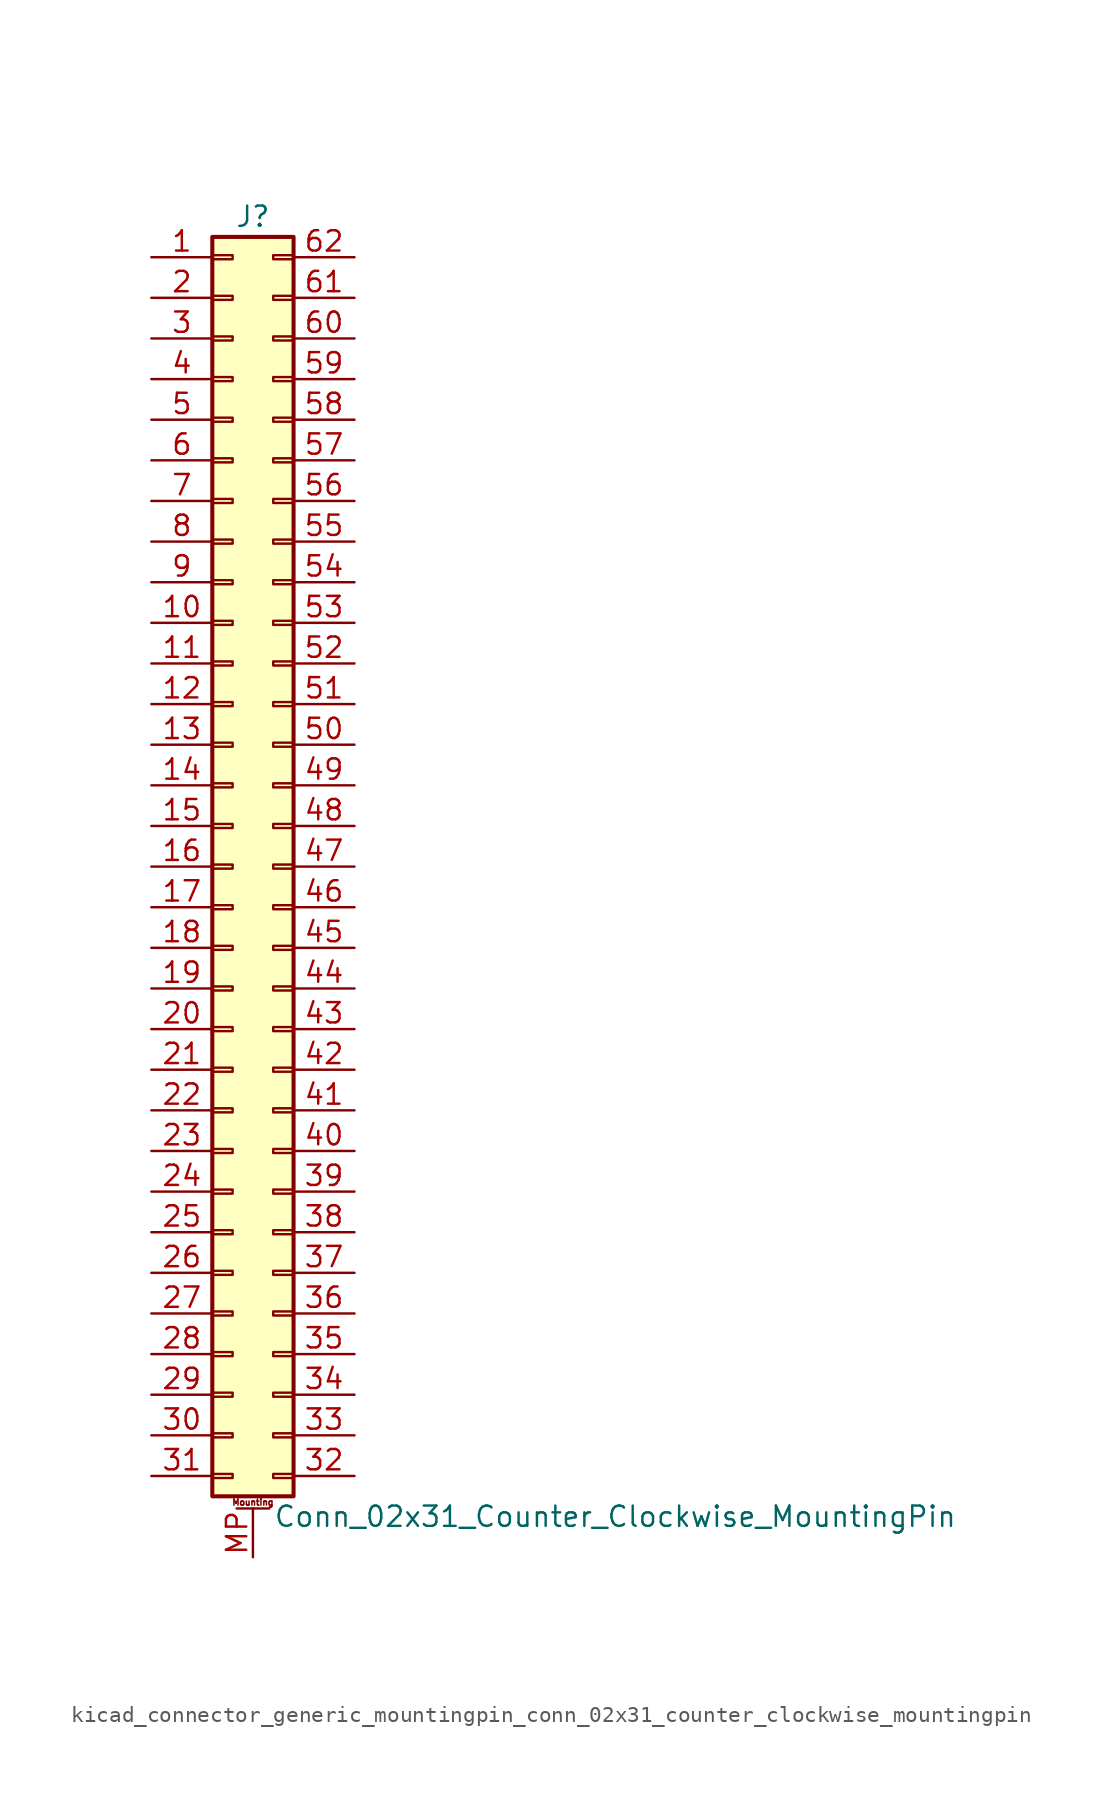
<source format=kicad_sym>
(kicad_symbol_lib
  (version 20220914)
  (generator kicad_symbol_editor)
  (symbol "kicad_connector_generic_mountingpin_conn_02x31_counter_clockwise_mountingpin"
    (pin_names
      (offset 1.016) hide)
    (property "Reference" "J"
      (at 1.27 40.64 0)
      (effects (font (size 1.27 1.27))))
    (property "Value" "Conn_02x31_Counter_Clockwise_MountingPin"
      (at 2.54 -40.64 0)
      (effects (font (size 1.27 1.27)) (justify left)))
    (symbol "kicad_connector_generic_mountingpin_conn_02x31_counter_clockwise_mountingpin_1_1"
      (rectangle (start -1.27 -37.973) (end 0 -38.227) (stroke (width 0.152) (type default)) (fill (type none)))
      (rectangle (start -1.27 -35.433) (end 0 -35.687) (stroke (width 0.152) (type default)) (fill (type none)))
      (rectangle (start -1.27 -32.893) (end 0 -33.147) (stroke (width 0.152) (type default)) (fill (type none)))
      (rectangle (start -1.27 -30.353) (end 0 -30.607) (stroke (width 0.152) (type default)) (fill (type none)))
      (rectangle (start -1.27 -27.813) (end 0 -28.067) (stroke (width 0.152) (type default)) (fill (type none)))
      (rectangle (start -1.27 -25.273) (end 0 -25.527) (stroke (width 0.152) (type default)) (fill (type none)))
      (rectangle (start -1.27 -22.733) (end 0 -22.987) (stroke (width 0.152) (type default)) (fill (type none)))
      (rectangle (start -1.27 -20.193) (end 0 -20.447) (stroke (width 0.152) (type default)) (fill (type none)))
      (rectangle (start -1.27 -17.653) (end 0 -17.907) (stroke (width 0.152) (type default)) (fill (type none)))
      (rectangle (start -1.27 -15.113) (end 0 -15.367) (stroke (width 0.152) (type default)) (fill (type none)))
      (rectangle (start -1.27 -12.573) (end 0 -12.827) (stroke (width 0.152) (type default)) (fill (type none)))
      (rectangle (start -1.27 -10.033) (end 0 -10.287) (stroke (width 0.152) (type default)) (fill (type none)))
      (rectangle (start -1.27 -7.493) (end 0 -7.747) (stroke (width 0.152) (type default)) (fill (type none)))
      (rectangle (start -1.27 -4.953) (end 0 -5.207) (stroke (width 0.152) (type default)) (fill (type none)))
      (rectangle (start -1.27 -2.413) (end 0 -2.667) (stroke (width 0.152) (type default)) (fill (type none)))
      (rectangle (start -1.27 0.127) (end 0 -0.127) (stroke (width 0.152) (type default)) (fill (type none)))
      (rectangle (start -1.27 2.667) (end 0 2.413) (stroke (width 0.152) (type default)) (fill (type none)))
      (rectangle (start -1.27 5.207) (end 0 4.953) (stroke (width 0.152) (type default)) (fill (type none)))
      (rectangle (start -1.27 7.747) (end 0 7.493) (stroke (width 0.152) (type default)) (fill (type none)))
      (rectangle (start -1.27 10.287) (end 0 10.033) (stroke (width 0.152) (type default)) (fill (type none)))
      (rectangle (start -1.27 12.827) (end 0 12.573) (stroke (width 0.152) (type default)) (fill (type none)))
      (rectangle (start -1.27 15.367) (end 0 15.113) (stroke (width 0.152) (type default)) (fill (type none)))
      (rectangle (start -1.27 17.907) (end 0 17.653) (stroke (width 0.152) (type default)) (fill (type none)))
      (rectangle (start -1.27 20.447) (end 0 20.193) (stroke (width 0.152) (type default)) (fill (type none)))
      (rectangle (start -1.27 22.987) (end 0 22.733) (stroke (width 0.152) (type default)) (fill (type none)))
      (rectangle (start -1.27 25.527) (end 0 25.273) (stroke (width 0.152) (type default)) (fill (type none)))
      (rectangle (start -1.27 28.067) (end 0 27.813) (stroke (width 0.152) (type default)) (fill (type none)))
      (rectangle (start -1.27 30.607) (end 0 30.353) (stroke (width 0.152) (type default)) (fill (type none)))
      (rectangle (start -1.27 33.147) (end 0 32.893) (stroke (width 0.152) (type default)) (fill (type none)))
      (rectangle (start -1.27 35.687) (end 0 35.433) (stroke (width 0.152) (type default)) (fill (type none)))
      (rectangle (start -1.27 38.227) (end 0 37.973) (stroke (width 0.152) (type default)) (fill (type none)))
      (rectangle (start -1.27 39.37) (end 3.81 -39.37) (stroke (width 0.254) (type default)) (fill (type background)))
      (polyline (pts (xy 0.254 -40.132) (xy 2.286 -40.132)) (stroke (width 0.152) (type default)) (fill (type none)))
      (rectangle (start 3.81 -37.973) (end 2.54 -38.227) (stroke (width 0.152) (type default)) (fill (type none)))
      (rectangle (start 3.81 -35.433) (end 2.54 -35.687) (stroke (width 0.152) (type default)) (fill (type none)))
      (rectangle (start 3.81 -32.893) (end 2.54 -33.147) (stroke (width 0.152) (type default)) (fill (type none)))
      (rectangle (start 3.81 -30.353) (end 2.54 -30.607) (stroke (width 0.152) (type default)) (fill (type none)))
      (rectangle (start 3.81 -27.813) (end 2.54 -28.067) (stroke (width 0.152) (type default)) (fill (type none)))
      (rectangle (start 3.81 -25.273) (end 2.54 -25.527) (stroke (width 0.152) (type default)) (fill (type none)))
      (rectangle (start 3.81 -22.733) (end 2.54 -22.987) (stroke (width 0.152) (type default)) (fill (type none)))
      (rectangle (start 3.81 -20.193) (end 2.54 -20.447) (stroke (width 0.152) (type default)) (fill (type none)))
      (rectangle (start 3.81 -17.653) (end 2.54 -17.907) (stroke (width 0.152) (type default)) (fill (type none)))
      (rectangle (start 3.81 -15.113) (end 2.54 -15.367) (stroke (width 0.152) (type default)) (fill (type none)))
      (rectangle (start 3.81 -12.573) (end 2.54 -12.827) (stroke (width 0.152) (type default)) (fill (type none)))
      (rectangle (start 3.81 -10.033) (end 2.54 -10.287) (stroke (width 0.152) (type default)) (fill (type none)))
      (rectangle (start 3.81 -7.493) (end 2.54 -7.747) (stroke (width 0.152) (type default)) (fill (type none)))
      (rectangle (start 3.81 -4.953) (end 2.54 -5.207) (stroke (width 0.152) (type default)) (fill (type none)))
      (rectangle (start 3.81 -2.413) (end 2.54 -2.667) (stroke (width 0.152) (type default)) (fill (type none)))
      (rectangle (start 3.81 0.127) (end 2.54 -0.127) (stroke (width 0.152) (type default)) (fill (type none)))
      (rectangle (start 3.81 2.667) (end 2.54 2.413) (stroke (width 0.152) (type default)) (fill (type none)))
      (rectangle (start 3.81 5.207) (end 2.54 4.953) (stroke (width 0.152) (type default)) (fill (type none)))
      (rectangle (start 3.81 7.747) (end 2.54 7.493) (stroke (width 0.152) (type default)) (fill (type none)))
      (rectangle (start 3.81 10.287) (end 2.54 10.033) (stroke (width 0.152) (type default)) (fill (type none)))
      (rectangle (start 3.81 12.827) (end 2.54 12.573) (stroke (width 0.152) (type default)) (fill (type none)))
      (rectangle (start 3.81 15.367) (end 2.54 15.113) (stroke (width 0.152) (type default)) (fill (type none)))
      (rectangle (start 3.81 17.907) (end 2.54 17.653) (stroke (width 0.152) (type default)) (fill (type none)))
      (rectangle (start 3.81 20.447) (end 2.54 20.193) (stroke (width 0.152) (type default)) (fill (type none)))
      (rectangle (start 3.81 22.987) (end 2.54 22.733) (stroke (width 0.152) (type default)) (fill (type none)))
      (rectangle (start 3.81 25.527) (end 2.54 25.273) (stroke (width 0.152) (type default)) (fill (type none)))
      (rectangle (start 3.81 28.067) (end 2.54 27.813) (stroke (width 0.152) (type default)) (fill (type none)))
      (rectangle (start 3.81 30.607) (end 2.54 30.353) (stroke (width 0.152) (type default)) (fill (type none)))
      (rectangle (start 3.81 33.147) (end 2.54 32.893) (stroke (width 0.152) (type default)) (fill (type none)))
      (rectangle (start 3.81 35.687) (end 2.54 35.433) (stroke (width 0.152) (type default)) (fill (type none)))
      (rectangle (start 3.81 38.227) (end 2.54 37.973) (stroke (width 0.152) (type default)) (fill (type none)))
      (text "Mounting" (at 1.27 -39.751 0) (effects (font (size 0.381 0.381))))
      (pin passive line (at -5.08 38.1 0) (length 3.81) (name "Pin_1" (effects (font (size 1.27 1.27)))) (number "1" (effects (font (size 1.27 1.27)))))
      (pin passive line (at -5.08 15.24 0) (length 3.81) (name "Pin_10" (effects (font (size 1.27 1.27)))) (number "10" (effects (font (size 1.27 1.27)))))
      (pin passive line (at -5.08 12.7 0) (length 3.81) (name "Pin_11" (effects (font (size 1.27 1.27)))) (number "11" (effects (font (size 1.27 1.27)))))
      (pin passive line (at -5.08 10.16 0) (length 3.81) (name "Pin_12" (effects (font (size 1.27 1.27)))) (number "12" (effects (font (size 1.27 1.27)))))
      (pin passive line (at -5.08 7.62 0) (length 3.81) (name "Pin_13" (effects (font (size 1.27 1.27)))) (number "13" (effects (font (size 1.27 1.27)))))
      (pin passive line (at -5.08 5.08 0) (length 3.81) (name "Pin_14" (effects (font (size 1.27 1.27)))) (number "14" (effects (font (size 1.27 1.27)))))
      (pin passive line (at -5.08 2.54 0) (length 3.81) (name "Pin_15" (effects (font (size 1.27 1.27)))) (number "15" (effects (font (size 1.27 1.27)))))
      (pin passive line (at -5.08 0 0) (length 3.81) (name "Pin_16" (effects (font (size 1.27 1.27)))) (number "16" (effects (font (size 1.27 1.27)))))
      (pin passive line (at -5.08 -2.54 0) (length 3.81) (name "Pin_17" (effects (font (size 1.27 1.27)))) (number "17" (effects (font (size 1.27 1.27)))))
      (pin passive line (at -5.08 -5.08 0) (length 3.81) (name "Pin_18" (effects (font (size 1.27 1.27)))) (number "18" (effects (font (size 1.27 1.27)))))
      (pin passive line (at -5.08 -7.62 0) (length 3.81) (name "Pin_19" (effects (font (size 1.27 1.27)))) (number "19" (effects (font (size 1.27 1.27)))))
      (pin passive line (at -5.08 35.56 0) (length 3.81) (name "Pin_2" (effects (font (size 1.27 1.27)))) (number "2" (effects (font (size 1.27 1.27)))))
      (pin passive line (at -5.08 -10.16 0) (length 3.81) (name "Pin_20" (effects (font (size 1.27 1.27)))) (number "20" (effects (font (size 1.27 1.27)))))
      (pin passive line (at -5.08 -12.7 0) (length 3.81) (name "Pin_21" (effects (font (size 1.27 1.27)))) (number "21" (effects (font (size 1.27 1.27)))))
      (pin passive line (at -5.08 -15.24 0) (length 3.81) (name "Pin_22" (effects (font (size 1.27 1.27)))) (number "22" (effects (font (size 1.27 1.27)))))
      (pin passive line (at -5.08 -17.78 0) (length 3.81) (name "Pin_23" (effects (font (size 1.27 1.27)))) (number "23" (effects (font (size 1.27 1.27)))))
      (pin passive line (at -5.08 -20.32 0) (length 3.81) (name "Pin_24" (effects (font (size 1.27 1.27)))) (number "24" (effects (font (size 1.27 1.27)))))
      (pin passive line (at -5.08 -22.86 0) (length 3.81) (name "Pin_25" (effects (font (size 1.27 1.27)))) (number "25" (effects (font (size 1.27 1.27)))))
      (pin passive line (at -5.08 -25.4 0) (length 3.81) (name "Pin_26" (effects (font (size 1.27 1.27)))) (number "26" (effects (font (size 1.27 1.27)))))
      (pin passive line (at -5.08 -27.94 0) (length 3.81) (name "Pin_27" (effects (font (size 1.27 1.27)))) (number "27" (effects (font (size 1.27 1.27)))))
      (pin passive line (at -5.08 -30.48 0) (length 3.81) (name "Pin_28" (effects (font (size 1.27 1.27)))) (number "28" (effects (font (size 1.27 1.27)))))
      (pin passive line (at -5.08 -33.02 0) (length 3.81) (name "Pin_29" (effects (font (size 1.27 1.27)))) (number "29" (effects (font (size 1.27 1.27)))))
      (pin passive line (at -5.08 33.02 0) (length 3.81) (name "Pin_3" (effects (font (size 1.27 1.27)))) (number "3" (effects (font (size 1.27 1.27)))))
      (pin passive line (at -5.08 -35.56 0) (length 3.81) (name "Pin_30" (effects (font (size 1.27 1.27)))) (number "30" (effects (font (size 1.27 1.27)))))
      (pin passive line (at -5.08 -38.1 0) (length 3.81) (name "Pin_31" (effects (font (size 1.27 1.27)))) (number "31" (effects (font (size 1.27 1.27)))))
      (pin passive line (at 7.62 -38.1 180) (length 3.81) (name "Pin_32" (effects (font (size 1.27 1.27)))) (number "32" (effects (font (size 1.27 1.27)))))
      (pin passive line (at 7.62 -35.56 180) (length 3.81) (name "Pin_33" (effects (font (size 1.27 1.27)))) (number "33" (effects (font (size 1.27 1.27)))))
      (pin passive line (at 7.62 -33.02 180) (length 3.81) (name "Pin_34" (effects (font (size 1.27 1.27)))) (number "34" (effects (font (size 1.27 1.27)))))
      (pin passive line (at 7.62 -30.48 180) (length 3.81) (name "Pin_35" (effects (font (size 1.27 1.27)))) (number "35" (effects (font (size 1.27 1.27)))))
      (pin passive line (at 7.62 -27.94 180) (length 3.81) (name "Pin_36" (effects (font (size 1.27 1.27)))) (number "36" (effects (font (size 1.27 1.27)))))
      (pin passive line (at 7.62 -25.4 180) (length 3.81) (name "Pin_37" (effects (font (size 1.27 1.27)))) (number "37" (effects (font (size 1.27 1.27)))))
      (pin passive line (at 7.62 -22.86 180) (length 3.81) (name "Pin_38" (effects (font (size 1.27 1.27)))) (number "38" (effects (font (size 1.27 1.27)))))
      (pin passive line (at 7.62 -20.32 180) (length 3.81) (name "Pin_39" (effects (font (size 1.27 1.27)))) (number "39" (effects (font (size 1.27 1.27)))))
      (pin passive line (at -5.08 30.48 0) (length 3.81) (name "Pin_4" (effects (font (size 1.27 1.27)))) (number "4" (effects (font (size 1.27 1.27)))))
      (pin passive line (at 7.62 -17.78 180) (length 3.81) (name "Pin_40" (effects (font (size 1.27 1.27)))) (number "40" (effects (font (size 1.27 1.27)))))
      (pin passive line (at 7.62 -15.24 180) (length 3.81) (name "Pin_41" (effects (font (size 1.27 1.27)))) (number "41" (effects (font (size 1.27 1.27)))))
      (pin passive line (at 7.62 -12.7 180) (length 3.81) (name "Pin_42" (effects (font (size 1.27 1.27)))) (number "42" (effects (font (size 1.27 1.27)))))
      (pin passive line (at 7.62 -10.16 180) (length 3.81) (name "Pin_43" (effects (font (size 1.27 1.27)))) (number "43" (effects (font (size 1.27 1.27)))))
      (pin passive line (at 7.62 -7.62 180) (length 3.81) (name "Pin_44" (effects (font (size 1.27 1.27)))) (number "44" (effects (font (size 1.27 1.27)))))
      (pin passive line (at 7.62 -5.08 180) (length 3.81) (name "Pin_45" (effects (font (size 1.27 1.27)))) (number "45" (effects (font (size 1.27 1.27)))))
      (pin passive line (at 7.62 -2.54 180) (length 3.81) (name "Pin_46" (effects (font (size 1.27 1.27)))) (number "46" (effects (font (size 1.27 1.27)))))
      (pin passive line (at 7.62 0 180) (length 3.81) (name "Pin_47" (effects (font (size 1.27 1.27)))) (number "47" (effects (font (size 1.27 1.27)))))
      (pin passive line (at 7.62 2.54 180) (length 3.81) (name "Pin_48" (effects (font (size 1.27 1.27)))) (number "48" (effects (font (size 1.27 1.27)))))
      (pin passive line (at 7.62 5.08 180) (length 3.81) (name "Pin_49" (effects (font (size 1.27 1.27)))) (number "49" (effects (font (size 1.27 1.27)))))
      (pin passive line (at -5.08 27.94 0) (length 3.81) (name "Pin_5" (effects (font (size 1.27 1.27)))) (number "5" (effects (font (size 1.27 1.27)))))
      (pin passive line (at 7.62 7.62 180) (length 3.81) (name "Pin_50" (effects (font (size 1.27 1.27)))) (number "50" (effects (font (size 1.27 1.27)))))
      (pin passive line (at 7.62 10.16 180) (length 3.81) (name "Pin_51" (effects (font (size 1.27 1.27)))) (number "51" (effects (font (size 1.27 1.27)))))
      (pin passive line (at 7.62 12.7 180) (length 3.81) (name "Pin_52" (effects (font (size 1.27 1.27)))) (number "52" (effects (font (size 1.27 1.27)))))
      (pin passive line (at 7.62 15.24 180) (length 3.81) (name "Pin_53" (effects (font (size 1.27 1.27)))) (number "53" (effects (font (size 1.27 1.27)))))
      (pin passive line (at 7.62 17.78 180) (length 3.81) (name "Pin_54" (effects (font (size 1.27 1.27)))) (number "54" (effects (font (size 1.27 1.27)))))
      (pin passive line (at 7.62 20.32 180) (length 3.81) (name "Pin_55" (effects (font (size 1.27 1.27)))) (number "55" (effects (font (size 1.27 1.27)))))
      (pin passive line (at 7.62 22.86 180) (length 3.81) (name "Pin_56" (effects (font (size 1.27 1.27)))) (number "56" (effects (font (size 1.27 1.27)))))
      (pin passive line (at 7.62 25.4 180) (length 3.81) (name "Pin_57" (effects (font (size 1.27 1.27)))) (number "57" (effects (font (size 1.27 1.27)))))
      (pin passive line (at 7.62 27.94 180) (length 3.81) (name "Pin_58" (effects (font (size 1.27 1.27)))) (number "58" (effects (font (size 1.27 1.27)))))
      (pin passive line (at 7.62 30.48 180) (length 3.81) (name "Pin_59" (effects (font (size 1.27 1.27)))) (number "59" (effects (font (size 1.27 1.27)))))
      (pin passive line (at -5.08 25.4 0) (length 3.81) (name "Pin_6" (effects (font (size 1.27 1.27)))) (number "6" (effects (font (size 1.27 1.27)))))
      (pin passive line (at 7.62 33.02 180) (length 3.81) (name "Pin_60" (effects (font (size 1.27 1.27)))) (number "60" (effects (font (size 1.27 1.27)))))
      (pin passive line (at 7.62 35.56 180) (length 3.81) (name "Pin_61" (effects (font (size 1.27 1.27)))) (number "61" (effects (font (size 1.27 1.27)))))
      (pin passive line (at 7.62 38.1 180) (length 3.81) (name "Pin_62" (effects (font (size 1.27 1.27)))) (number "62" (effects (font (size 1.27 1.27)))))
      (pin passive line (at -5.08 22.86 0) (length 3.81) (name "Pin_7" (effects (font (size 1.27 1.27)))) (number "7" (effects (font (size 1.27 1.27)))))
      (pin passive line (at -5.08 20.32 0) (length 3.81) (name "Pin_8" (effects (font (size 1.27 1.27)))) (number "8" (effects (font (size 1.27 1.27)))))
      (pin passive line (at -5.08 17.78 0) (length 3.81) (name "Pin_9" (effects (font (size 1.27 1.27)))) (number "9" (effects (font (size 1.27 1.27)))))
      (pin passive line (at 1.27 -43.18 90) (length 3.048) (name "MountPin" (effects (font (size 1.27 1.27)))) (number "MP" (effects (font (size 1.27 1.27))))))))
</source>
